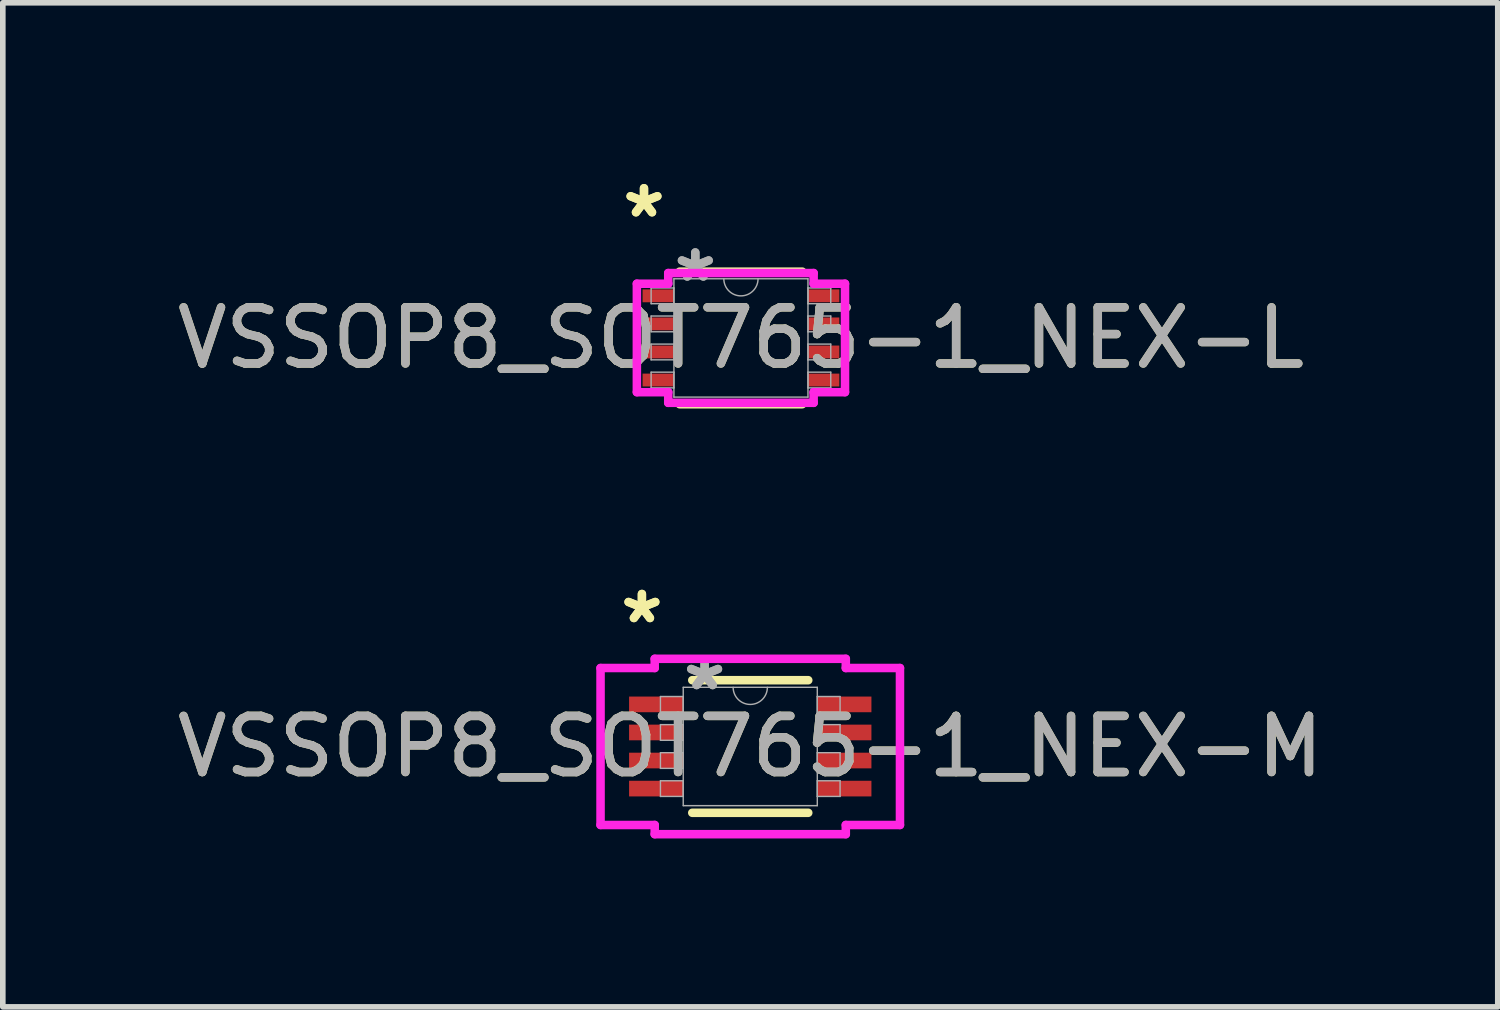
<source format=kicad_pcb>
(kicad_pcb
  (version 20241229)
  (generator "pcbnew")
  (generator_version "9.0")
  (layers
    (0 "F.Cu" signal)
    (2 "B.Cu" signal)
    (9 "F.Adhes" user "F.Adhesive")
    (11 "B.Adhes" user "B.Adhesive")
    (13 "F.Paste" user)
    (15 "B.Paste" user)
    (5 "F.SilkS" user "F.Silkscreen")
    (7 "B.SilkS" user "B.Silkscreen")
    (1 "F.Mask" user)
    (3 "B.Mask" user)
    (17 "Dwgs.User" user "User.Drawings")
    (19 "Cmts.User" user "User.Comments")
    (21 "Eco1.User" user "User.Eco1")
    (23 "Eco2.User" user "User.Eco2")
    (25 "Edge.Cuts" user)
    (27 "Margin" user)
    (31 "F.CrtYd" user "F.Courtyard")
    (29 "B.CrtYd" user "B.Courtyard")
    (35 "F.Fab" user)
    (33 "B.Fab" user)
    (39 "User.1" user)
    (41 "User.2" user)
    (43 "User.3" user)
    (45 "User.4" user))
  (footprint "VSSOP8_SOT765-1_NEX-M"
    (layer "F.Cu")
    (at 10.315 10.248)
    (property "Reference" "VSSOP8_SOT765-1_NEX-M" (at 0 0 0) (unlocked yes) (layer "F.SilkS") (effects (font (size 1 1) (thickness 0.15))))
    (attr smd)
    (fp_line (start -1.033 1.181) (end 1.033 1.181) (stroke (width 0.152) (type solid)) (layer "F.SilkS"))
    (fp_line (start 1.033 -1.181) (end -1.033 -1.181) (stroke (width 0.152) (type solid)) (layer "F.SilkS"))
    (fp_line (start -2.667 -1.398) (end -1.702 -1.398) (stroke (width 0.152) (type solid)) (layer "F.CrtYd"))
    (fp_line (start -2.667 1.398) (end -2.667 -1.398) (stroke (width 0.152) (type solid)) (layer "F.CrtYd"))
    (fp_line (start -2.667 1.398) (end -1.702 1.398) (stroke (width 0.152) (type solid)) (layer "F.CrtYd"))
    (fp_line (start -1.702 -1.562) (end 1.702 -1.562) (stroke (width 0.152) (type solid)) (layer "F.CrtYd"))
    (fp_line (start -1.702 -1.398) (end -1.702 -1.562) (stroke (width 0.152) (type solid)) (layer "F.CrtYd"))
    (fp_line (start -1.702 1.562) (end -1.702 1.398) (stroke (width 0.152) (type solid)) (layer "F.CrtYd"))
    (fp_line (start 1.702 -1.562) (end 1.702 -1.398) (stroke (width 0.152) (type solid)) (layer "F.CrtYd"))
    (fp_line (start 1.702 1.398) (end 1.702 1.562) (stroke (width 0.152) (type solid)) (layer "F.CrtYd"))
    (fp_line (start 1.702 1.562) (end -1.702 1.562) (stroke (width 0.152) (type solid)) (layer "F.CrtYd"))
    (fp_line (start 2.667 -1.398) (end 1.702 -1.398) (stroke (width 0.152) (type solid)) (layer "F.CrtYd"))
    (fp_line (start 2.667 -1.398) (end 2.667 1.398) (stroke (width 0.152) (type solid)) (layer "F.CrtYd"))
    (fp_line (start 2.667 1.398) (end 1.702 1.398) (stroke (width 0.152) (type solid)) (layer "F.CrtYd"))
    (fp_line (start -1.6 -0.89) (end -1.6 -0.61) (stroke (width 0.025) (type solid)) (layer "F.Fab"))
    (fp_line (start -1.6 -0.61) (end -1.194 -0.61) (stroke (width 0.025) (type solid)) (layer "F.Fab"))
    (fp_line (start -1.6 -0.39) (end -1.6 -0.11) (stroke (width 0.025) (type solid)) (layer "F.Fab"))
    (fp_line (start -1.6 -0.11) (end -1.194 -0.11) (stroke (width 0.025) (type solid)) (layer "F.Fab"))
    (fp_line (start -1.6 0.11) (end -1.6 0.39) (stroke (width 0.025) (type solid)) (layer "F.Fab"))
    (fp_line (start -1.6 0.39) (end -1.194 0.39) (stroke (width 0.025) (type solid)) (layer "F.Fab"))
    (fp_line (start -1.6 0.61) (end -1.6 0.89) (stroke (width 0.025) (type solid)) (layer "F.Fab"))
    (fp_line (start -1.6 0.89) (end -1.194 0.89) (stroke (width 0.025) (type solid)) (layer "F.Fab"))
    (fp_line (start -1.194 -1.054) (end -1.194 1.054) (stroke (width 0.025) (type solid)) (layer "F.Fab"))
    (fp_line (start -1.194 -0.89) (end -1.6 -0.89) (stroke (width 0.025) (type solid)) (layer "F.Fab"))
    (fp_line (start -1.194 -0.61) (end -1.194 -0.89) (stroke (width 0.025) (type solid)) (layer "F.Fab"))
    (fp_line (start -1.194 -0.39) (end -1.6 -0.39) (stroke (width 0.025) (type solid)) (layer "F.Fab"))
    (fp_line (start -1.194 -0.11) (end -1.194 -0.39) (stroke (width 0.025) (type solid)) (layer "F.Fab"))
    (fp_line (start -1.194 0.11) (end -1.6 0.11) (stroke (width 0.025) (type solid)) (layer "F.Fab"))
    (fp_line (start -1.194 0.39) (end -1.194 0.11) (stroke (width 0.025) (type solid)) (layer "F.Fab"))
    (fp_line (start -1.194 0.61) (end -1.6 0.61) (stroke (width 0.025) (type solid)) (layer "F.Fab"))
    (fp_line (start -1.194 0.89) (end -1.194 0.61) (stroke (width 0.025) (type solid)) (layer "F.Fab"))
    (fp_line (start -1.194 1.054) (end 1.194 1.054) (stroke (width 0.025) (type solid)) (layer "F.Fab"))
    (fp_line (start 1.194 -1.054) (end -1.194 -1.054) (stroke (width 0.025) (type solid)) (layer "F.Fab"))
    (fp_line (start 1.194 -0.89) (end 1.194 -0.61) (stroke (width 0.025) (type solid)) (layer "F.Fab"))
    (fp_line (start 1.194 -0.61) (end 1.6 -0.61) (stroke (width 0.025) (type solid)) (layer "F.Fab"))
    (fp_line (start 1.194 -0.39) (end 1.194 -0.11) (stroke (width 0.025) (type solid)) (layer "F.Fab"))
    (fp_line (start 1.194 -0.11) (end 1.6 -0.11) (stroke (width 0.025) (type solid)) (layer "F.Fab"))
    (fp_line (start 1.194 0.11) (end 1.194 0.39) (stroke (width 0.025) (type solid)) (layer "F.Fab"))
    (fp_line (start 1.194 0.39) (end 1.6 0.39) (stroke (width 0.025) (type solid)) (layer "F.Fab"))
    (fp_line (start 1.194 0.61) (end 1.194 0.89) (stroke (width 0.025) (type solid)) (layer "F.Fab"))
    (fp_line (start 1.194 0.89) (end 1.6 0.89) (stroke (width 0.025) (type solid)) (layer "F.Fab"))
    (fp_line (start 1.194 1.054) (end 1.194 -1.054) (stroke (width 0.025) (type solid)) (layer "F.Fab"))
    (fp_line (start 1.6 -0.89) (end 1.194 -0.89) (stroke (width 0.025) (type solid)) (layer "F.Fab"))
    (fp_line (start 1.6 -0.61) (end 1.6 -0.89) (stroke (width 0.025) (type solid)) (layer "F.Fab"))
    (fp_line (start 1.6 -0.39) (end 1.194 -0.39) (stroke (width 0.025) (type solid)) (layer "F.Fab"))
    (fp_line (start 1.6 -0.11) (end 1.6 -0.39) (stroke (width 0.025) (type solid)) (layer "F.Fab"))
    (fp_line (start 1.6 0.11) (end 1.194 0.11) (stroke (width 0.025) (type solid)) (layer "F.Fab"))
    (fp_line (start 1.6 0.39) (end 1.6 0.11) (stroke (width 0.025) (type solid)) (layer "F.Fab"))
    (fp_line (start 1.6 0.61) (end 1.194 0.61) (stroke (width 0.025) (type solid)) (layer "F.Fab"))
    (fp_line (start 1.6 0.89) (end 1.6 0.61) (stroke (width 0.025) (type solid)) (layer "F.Fab"))
    (fp_arc (start 0.3048 -1.0541) (mid 0 -0.7493) (end -0.3048 -1.0541) (stroke (width 0.0254) (type solid)) (layer "F.Fab"))
    (fp_text user "*" (at -1.93 -2.172 0) (unlocked yes) (layer "F.SilkS") (effects (font (size 1 1) (thickness 0.15))))
    (fp_text user "*" (at -1.93 -2.172 0) (layer "F.SilkS") (effects (font (size 1 1) (thickness 0.15))))
    (fp_text user "*" (at -0.813 -0.978 0) (layer "F.Fab") (effects (font (size 1 1) (thickness 0.15))))
    (fp_text user "${REFERENCE}" (at 0 0 0) (unlocked yes) (layer "F.Fab") (effects (font (size 1 1) (thickness 0.15))))
    (fp_text user "*" (at -0.813 -0.978 0) (unlocked yes) (layer "F.Fab") (effects (font (size 1 1) (thickness 0.15))))
    (pad "1" smd rect (at -1.676 -0.75) (size 0.965 0.279) (layers "F.Cu" "F.Mask" "F.Paste"))
    (pad "2" smd rect (at -1.676 -0.25) (size 0.965 0.279) (layers "F.Cu" "F.Mask" "F.Paste"))
    (pad "3" smd rect (at -1.676 0.25) (size 0.965 0.279) (layers "F.Cu" "F.Mask" "F.Paste"))
    (pad "4" smd rect (at -1.676 0.75) (size 0.965 0.279) (layers "F.Cu" "F.Mask" "F.Paste"))
    (pad "5" smd rect (at 1.676 0.75) (size 0.965 0.279) (layers "F.Cu" "F.Mask" "F.Paste"))
    (pad "6" smd rect (at 1.676 0.25) (size 0.965 0.279) (layers "F.Cu" "F.Mask" "F.Paste"))
    (pad "7" smd rect (at 1.676 -0.25) (size 0.965 0.279) (layers "F.Cu" "F.Mask" "F.Paste"))
    (pad "8" smd rect (at 1.676 -0.75) (size 0.965 0.279) (layers "F.Cu" "F.Mask" "F.Paste")))
  (footprint "VSSOP8_SOT765-1_NEX-L"
    (layer "F.Cu")
    (at 10.149 2.97)
    (property "Reference" "VSSOP8_SOT765-1_NEX-L" (at 0 0 0) (unlocked yes) (layer "F.SilkS") (effects (font (size 1 1) (thickness 0.15))))
    (attr smd)
    (fp_line (start -1.092 1.181) (end 1.092 1.181) (stroke (width 0.152) (type solid)) (layer "F.SilkS"))
    (fp_line (start 1.092 -1.181) (end -1.092 -1.181) (stroke (width 0.152) (type solid)) (layer "F.SilkS"))
    (fp_line (start -1.854 -0.966) (end -1.295 -0.966) (stroke (width 0.152) (type solid)) (layer "F.CrtYd"))
    (fp_line (start -1.854 0.966) (end -1.854 -0.966) (stroke (width 0.152) (type solid)) (layer "F.CrtYd"))
    (fp_line (start -1.854 0.966) (end -1.295 0.966) (stroke (width 0.152) (type solid)) (layer "F.CrtYd"))
    (fp_line (start -1.295 -1.156) (end 1.295 -1.156) (stroke (width 0.152) (type solid)) (layer "F.CrtYd"))
    (fp_line (start -1.295 -0.966) (end -1.295 -1.156) (stroke (width 0.152) (type solid)) (layer "F.CrtYd"))
    (fp_line (start -1.295 1.156) (end -1.295 0.966) (stroke (width 0.152) (type solid)) (layer "F.CrtYd"))
    (fp_line (start 1.295 -1.156) (end 1.295 -0.966) (stroke (width 0.152) (type solid)) (layer "F.CrtYd"))
    (fp_line (start 1.295 0.966) (end 1.295 1.156) (stroke (width 0.152) (type solid)) (layer "F.CrtYd"))
    (fp_line (start 1.295 1.156) (end -1.295 1.156) (stroke (width 0.152) (type solid)) (layer "F.CrtYd"))
    (fp_line (start 1.854 -0.966) (end 1.295 -0.966) (stroke (width 0.152) (type solid)) (layer "F.CrtYd"))
    (fp_line (start 1.854 -0.966) (end 1.854 0.966) (stroke (width 0.152) (type solid)) (layer "F.CrtYd"))
    (fp_line (start 1.854 0.966) (end 1.295 0.966) (stroke (width 0.152) (type solid)) (layer "F.CrtYd"))
    (fp_line (start -1.6 -0.89) (end -1.6 -0.61) (stroke (width 0.025) (type solid)) (layer "F.Fab"))
    (fp_line (start -1.6 -0.61) (end -1.194 -0.61) (stroke (width 0.025) (type solid)) (layer "F.Fab"))
    (fp_line (start -1.6 -0.39) (end -1.6 -0.11) (stroke (width 0.025) (type solid)) (layer "F.Fab"))
    (fp_line (start -1.6 -0.11) (end -1.194 -0.11) (stroke (width 0.025) (type solid)) (layer "F.Fab"))
    (fp_line (start -1.6 0.11) (end -1.6 0.39) (stroke (width 0.025) (type solid)) (layer "F.Fab"))
    (fp_line (start -1.6 0.39) (end -1.194 0.39) (stroke (width 0.025) (type solid)) (layer "F.Fab"))
    (fp_line (start -1.6 0.61) (end -1.6 0.89) (stroke (width 0.025) (type solid)) (layer "F.Fab"))
    (fp_line (start -1.6 0.89) (end -1.194 0.89) (stroke (width 0.025) (type solid)) (layer "F.Fab"))
    (fp_line (start -1.194 -1.054) (end -1.194 1.054) (stroke (width 0.025) (type solid)) (layer "F.Fab"))
    (fp_line (start -1.194 -0.89) (end -1.6 -0.89) (stroke (width 0.025) (type solid)) (layer "F.Fab"))
    (fp_line (start -1.194 -0.61) (end -1.194 -0.89) (stroke (width 0.025) (type solid)) (layer "F.Fab"))
    (fp_line (start -1.194 -0.39) (end -1.6 -0.39) (stroke (width 0.025) (type solid)) (layer "F.Fab"))
    (fp_line (start -1.194 -0.11) (end -1.194 -0.39) (stroke (width 0.025) (type solid)) (layer "F.Fab"))
    (fp_line (start -1.194 0.11) (end -1.6 0.11) (stroke (width 0.025) (type solid)) (layer "F.Fab"))
    (fp_line (start -1.194 0.39) (end -1.194 0.11) (stroke (width 0.025) (type solid)) (layer "F.Fab"))
    (fp_line (start -1.194 0.61) (end -1.6 0.61) (stroke (width 0.025) (type solid)) (layer "F.Fab"))
    (fp_line (start -1.194 0.89) (end -1.194 0.61) (stroke (width 0.025) (type solid)) (layer "F.Fab"))
    (fp_line (start -1.194 1.054) (end 1.194 1.054) (stroke (width 0.025) (type solid)) (layer "F.Fab"))
    (fp_line (start 1.194 -1.054) (end -1.194 -1.054) (stroke (width 0.025) (type solid)) (layer "F.Fab"))
    (fp_line (start 1.194 -0.89) (end 1.194 -0.61) (stroke (width 0.025) (type solid)) (layer "F.Fab"))
    (fp_line (start 1.194 -0.61) (end 1.6 -0.61) (stroke (width 0.025) (type solid)) (layer "F.Fab"))
    (fp_line (start 1.194 -0.39) (end 1.194 -0.11) (stroke (width 0.025) (type solid)) (layer "F.Fab"))
    (fp_line (start 1.194 -0.11) (end 1.6 -0.11) (stroke (width 0.025) (type solid)) (layer "F.Fab"))
    (fp_line (start 1.194 0.11) (end 1.194 0.39) (stroke (width 0.025) (type solid)) (layer "F.Fab"))
    (fp_line (start 1.194 0.39) (end 1.6 0.39) (stroke (width 0.025) (type solid)) (layer "F.Fab"))
    (fp_line (start 1.194 0.61) (end 1.194 0.89) (stroke (width 0.025) (type solid)) (layer "F.Fab"))
    (fp_line (start 1.194 0.89) (end 1.6 0.89) (stroke (width 0.025) (type solid)) (layer "F.Fab"))
    (fp_line (start 1.194 1.054) (end 1.194 -1.054) (stroke (width 0.025) (type solid)) (layer "F.Fab"))
    (fp_line (start 1.6 -0.89) (end 1.194 -0.89) (stroke (width 0.025) (type solid)) (layer "F.Fab"))
    (fp_line (start 1.6 -0.61) (end 1.6 -0.89) (stroke (width 0.025) (type solid)) (layer "F.Fab"))
    (fp_line (start 1.6 -0.39) (end 1.194 -0.39) (stroke (width 0.025) (type solid)) (layer "F.Fab"))
    (fp_line (start 1.6 -0.11) (end 1.6 -0.39) (stroke (width 0.025) (type solid)) (layer "F.Fab"))
    (fp_line (start 1.6 0.11) (end 1.194 0.11) (stroke (width 0.025) (type solid)) (layer "F.Fab"))
    (fp_line (start 1.6 0.39) (end 1.6 0.11) (stroke (width 0.025) (type solid)) (layer "F.Fab"))
    (fp_line (start 1.6 0.61) (end 1.194 0.61) (stroke (width 0.025) (type solid)) (layer "F.Fab"))
    (fp_line (start 1.6 0.89) (end 1.6 0.61) (stroke (width 0.025) (type solid)) (layer "F.Fab"))
    (fp_arc (start 0.3048 -1.0541) (mid 0 -0.7493) (end -0.3048 -1.0541) (stroke (width 0.0254) (type solid)) (layer "F.Fab"))
    (fp_text user "*" (at -1.727 -2.122 0) (unlocked yes) (layer "F.SilkS") (effects (font (size 1 1) (thickness 0.15))))
    (fp_text user "*" (at -1.727 -2.122 0) (layer "F.SilkS") (effects (font (size 1 1) (thickness 0.15))))
    (fp_text user "*" (at -0.813 -0.978 0) (layer "F.Fab") (effects (font (size 1 1) (thickness 0.15))))
    (fp_text user "*" (at -0.813 -0.978 0) (unlocked yes) (layer "F.Fab") (effects (font (size 1 1) (thickness 0.15))))
    (fp_text user "${REFERENCE}" (at 0 0 0) (unlocked yes) (layer "F.Fab") (effects (font (size 1 1) (thickness 0.15))))
    (pad "1" smd rect (at -1.473 -0.75) (size 0.559 0.229) (layers "F.Cu" "F.Mask" "F.Paste"))
    (pad "2" smd rect (at -1.473 -0.25) (size 0.559 0.229) (layers "F.Cu" "F.Mask" "F.Paste"))
    (pad "3" smd rect (at -1.473 0.25) (size 0.559 0.229) (layers "F.Cu" "F.Mask" "F.Paste"))
    (pad "4" smd rect (at -1.473 0.75) (size 0.559 0.229) (layers "F.Cu" "F.Mask" "F.Paste"))
    (pad "5" smd rect (at 1.473 0.75) (size 0.559 0.229) (layers "F.Cu" "F.Mask" "F.Paste"))
    (pad "6" smd rect (at 1.473 0.25) (size 0.559 0.229) (layers "F.Cu" "F.Mask" "F.Paste"))
    (pad "7" smd rect (at 1.473 -0.25) (size 0.559 0.229) (layers "F.Cu" "F.Mask" "F.Paste"))
    (pad "8" smd rect (at 1.473 -0.75) (size 0.559 0.229) (layers "F.Cu" "F.Mask" "F.Paste")))
  (gr_rect
    (start -3 -3)
    (end 23.631 14.886)
    (stroke (width 0.1) (type default))
    (fill no)
    (layer "Edge.Cuts")))
</source>
